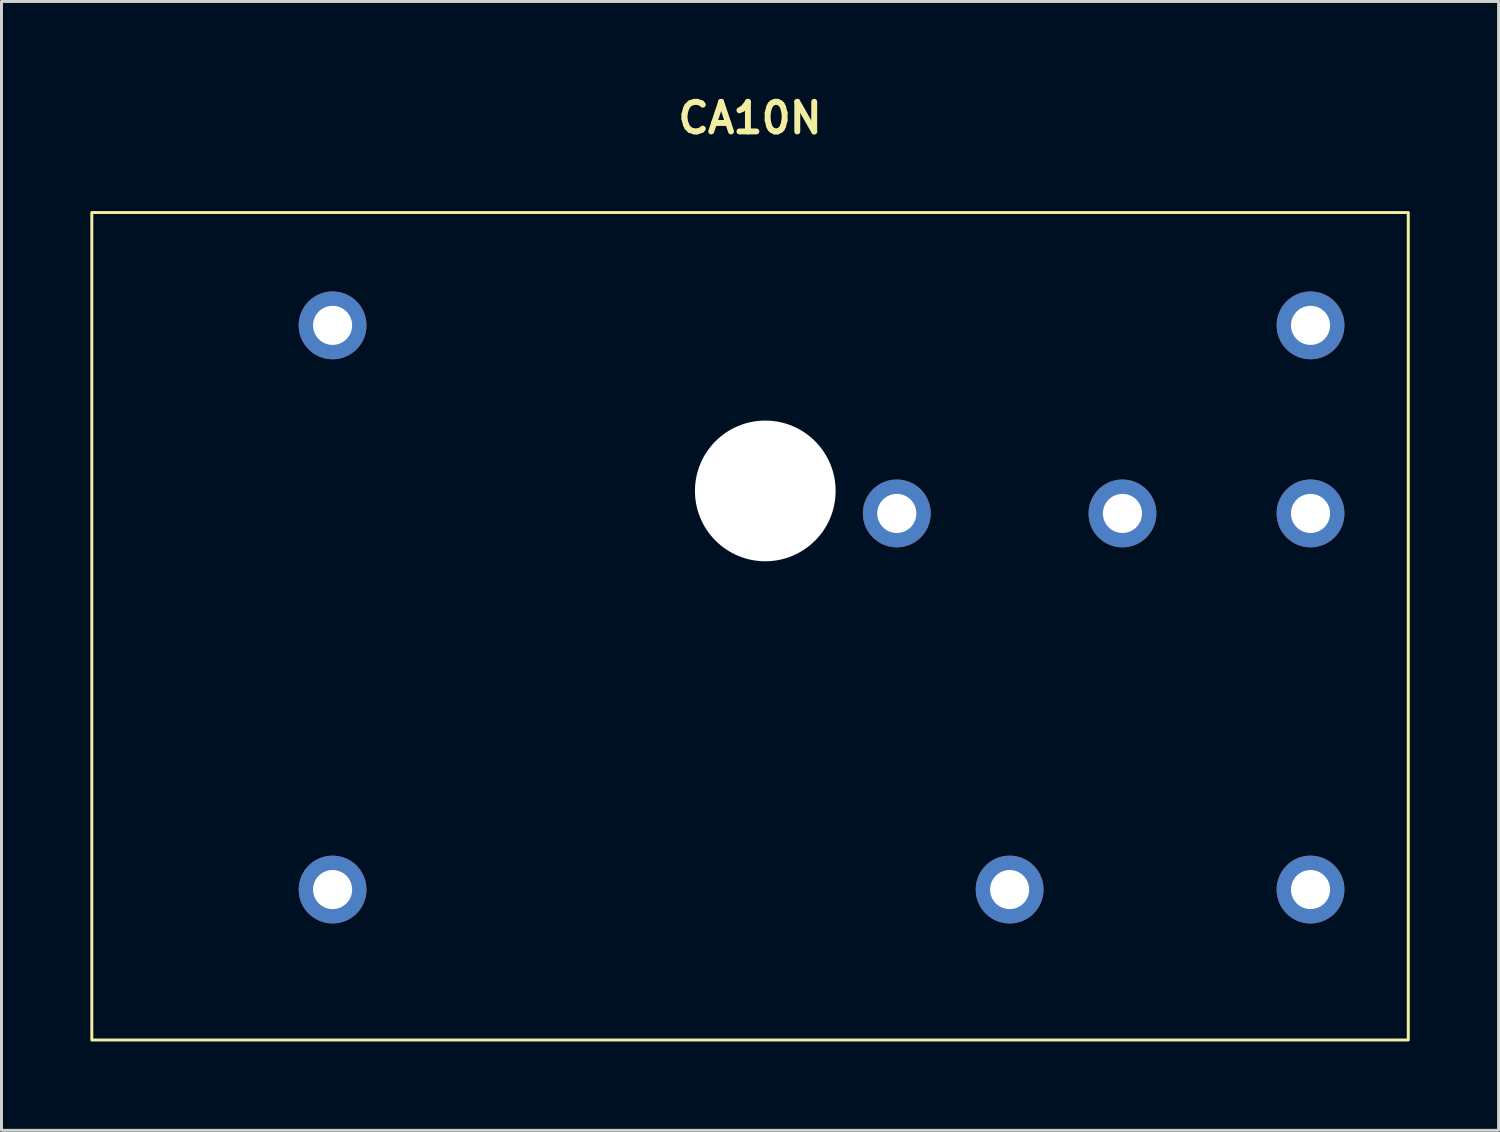
<source format=kicad_pcb>
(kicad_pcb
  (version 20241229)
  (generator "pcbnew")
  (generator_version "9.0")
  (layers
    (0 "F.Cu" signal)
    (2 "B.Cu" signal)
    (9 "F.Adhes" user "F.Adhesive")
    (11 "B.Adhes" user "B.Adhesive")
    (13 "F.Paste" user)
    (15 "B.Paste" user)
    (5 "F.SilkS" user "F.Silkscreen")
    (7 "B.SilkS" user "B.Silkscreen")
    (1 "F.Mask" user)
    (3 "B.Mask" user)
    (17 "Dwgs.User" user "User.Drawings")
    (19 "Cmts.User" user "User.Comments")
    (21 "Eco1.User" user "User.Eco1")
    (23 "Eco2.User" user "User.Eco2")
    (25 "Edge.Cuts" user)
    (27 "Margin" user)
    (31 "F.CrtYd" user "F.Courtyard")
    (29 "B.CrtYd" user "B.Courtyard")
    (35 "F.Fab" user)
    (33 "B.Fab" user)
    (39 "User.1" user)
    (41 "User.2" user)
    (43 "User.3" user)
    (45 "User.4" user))
  (footprint "CA10N"
    (layer "F.Cu")
    (at 8.18 7.936)
    (property "Reference" "CA10N" (at 14.095 -7 0) (unlocked yes) (layer "F.SilkS") (effects (font (size 1 1) (thickness 0.2) (bold yes))))
    (attr smd)
    (fp_rect (start -8.13 -3.81) (end 36.32 24.13) (stroke (width 0.1) (type solid)) (fill no) (layer "F.SilkS"))
    (pad "" np_thru_hole circle (at 14.61 5.59) (size 4.75 4.75) (drill 4.75) (layers "*.Cu" "*.Mask"))
    (pad "1" thru_hole circle (at 0 0) (size 2.29 2.29) (drill 1.32) (layers "*.Cu" "*.Mask"))
    (pad "2" thru_hole circle (at 19.05 6.35) (size 2.29 2.29) (drill 1.32) (layers "*.Cu" "*.Mask"))
    (pad "3" thru_hole circle (at 22.86 19.05) (size 2.29 2.29) (drill 1.32) (layers "*.Cu" "*.Mask"))
    (pad "4" thru_hole circle (at 26.67 6.35) (size 2.29 2.29) (drill 1.32) (layers "*.Cu" "*.Mask"))
    (pad "5" thru_hole circle (at 33.02 19.05) (size 2.29 2.29) (drill 1.32) (layers "*.Cu" "*.Mask"))
    (pad "6" thru_hole circle (at 33.02 6.35) (size 2.29 2.29) (drill 1.32) (layers "*.Cu" "*.Mask"))
    (pad "7" thru_hole circle (at 33.02 0) (size 2.29 2.29) (drill 1.32) (layers "*.Cu" "*.Mask"))
    (pad "8" thru_hole circle (at 0 19.05) (size 2.29 2.29) (drill 1.32) (layers "*.Cu" "*.Mask")))
  (gr_rect
    (start -3 -3)
    (end 47.55 35.116)
    (stroke (width 0.1) (type default))
    (fill no)
    (layer "Edge.Cuts")))
</source>
